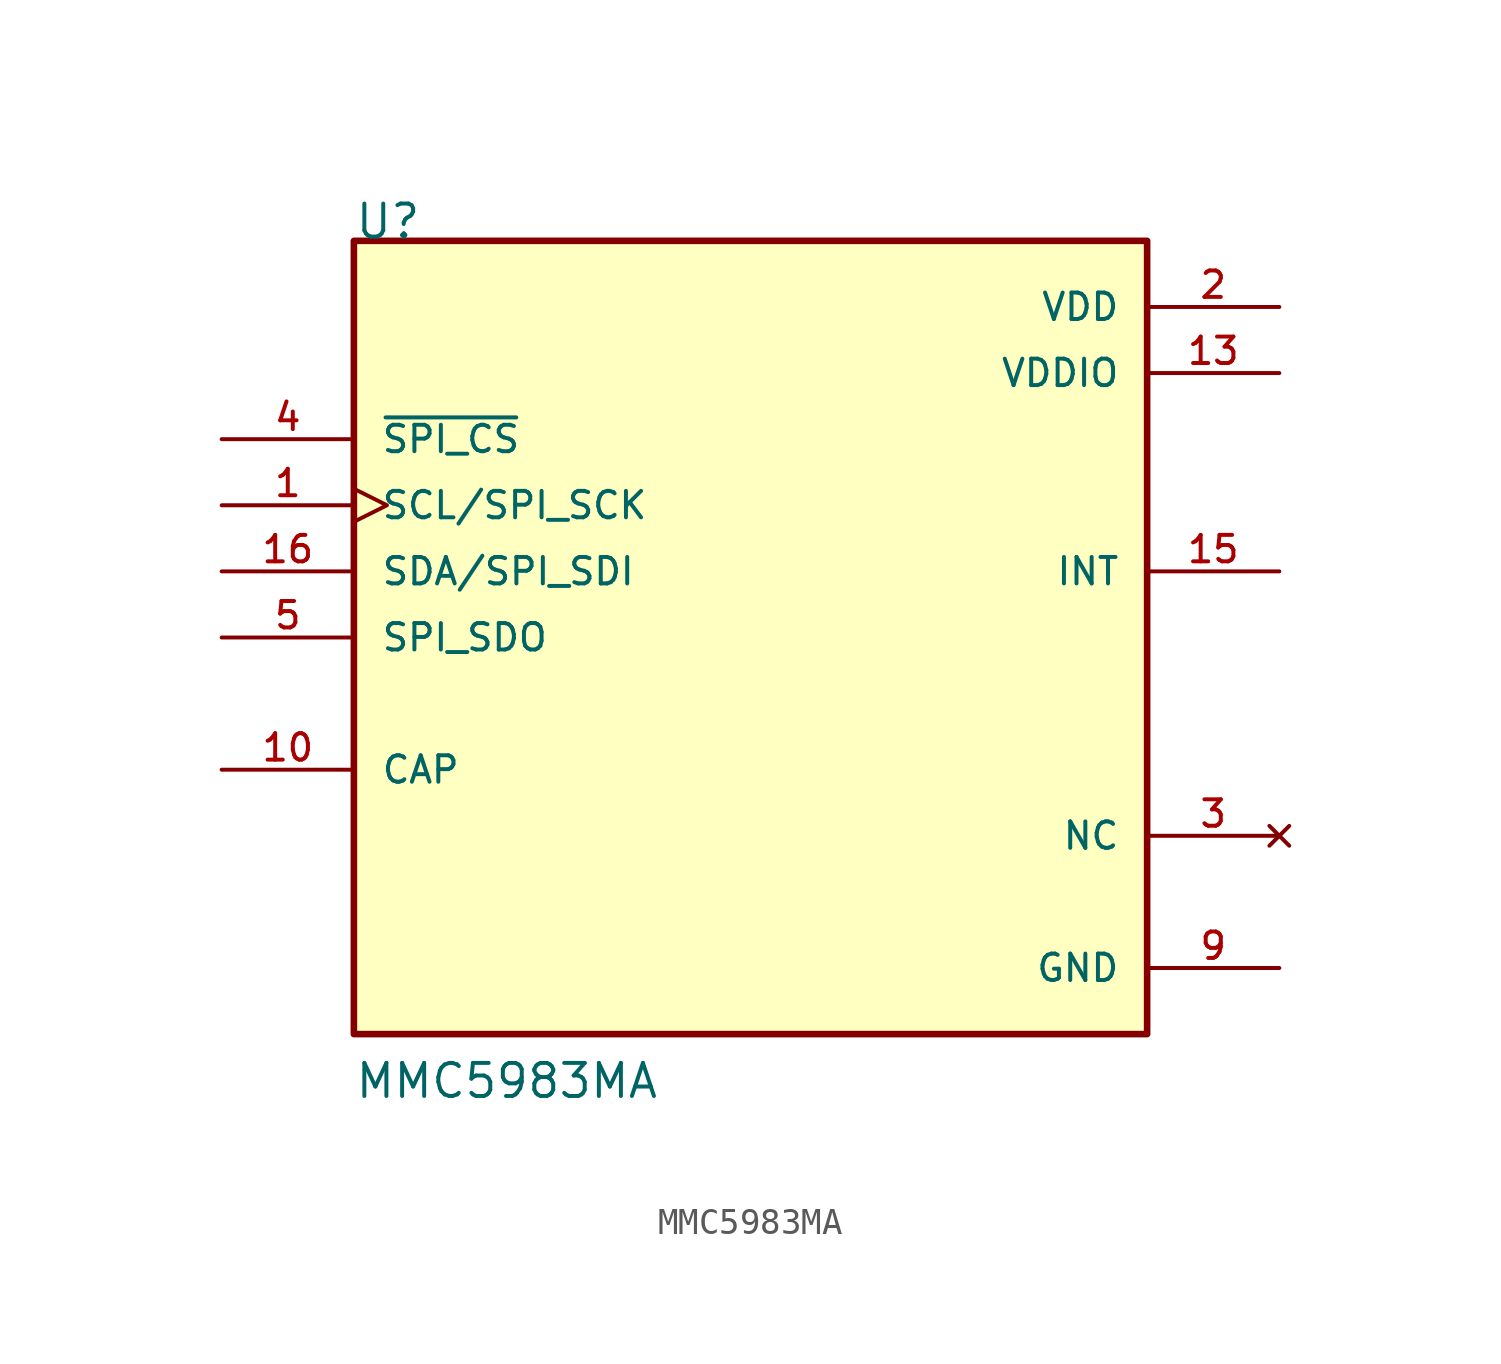
<source format=kicad_sym>
(kicad_symbol_lib
  (version 20241209)
  (generator "kicad_symbol_editor")
  (generator_version "9.0")
  (symbol "MMC5983MA"
    (pin_names
      (offset 1.016))
    (property "Reference" "U"
      (at -15.24 15.24 0)
      (effects (font (size 1.27 1.27)) (justify left bottom)))
    (property "Value" "MMC5983MA"
      (at -15.24 -17.78 0)
      (effects (font (size 1.27 1.27)) (justify left bottom)))
    (symbol "MMC5983MA_0_0"
      (rectangle (start -15.24 -15.24) (end 15.24 15.24) (stroke (width 0.254) (type default)) (fill (type background)))
      (pin input line (at -20.32 7.62 0) (length 5.08) (name "~{SPI_CS}" (effects (font (size 1.016 1.016)))) (number "4" (effects (font (size 1.016 1.016)))))
      (pin input clock (at -20.32 5.08 0) (length 5.08) (name "SCL/SPI_SCK" (effects (font (size 1.016 1.016)))) (number "1" (effects (font (size 1.016 1.016)))))
      (pin bidirectional line (at -20.32 2.54 0) (length 5.08) (name "SDA/SPI_SDI" (effects (font (size 1.016 1.016)))) (number "16" (effects (font (size 1.016 1.016)))))
      (pin output line (at -20.32 0 0) (length 5.08) (name "SPI_SDO" (effects (font (size 1.016 1.016)))) (number "5" (effects (font (size 1.016 1.016)))))
      (pin passive line (at -20.32 -5.08 0) (length 5.08) (name "CAP" (effects (font (size 1.016 1.016)))) (number "10" (effects (font (size 1.016 1.016)))))
      (pin power_in line (at 20.32 12.7 180) (length 5.08) (name "VDD" (effects (font (size 1.016 1.016)))) (number "2" (effects (font (size 1.016 1.016)))))
      (pin power_in line (at 20.32 10.16 180) (length 5.08) (name "VDDIO" (effects (font (size 1.016 1.016)))) (number "13" (effects (font (size 1.016 1.016)))))
      (pin output line (at 20.32 2.54 180) (length 5.08) (name "INT" (effects (font (size 1.016 1.016)))) (number "15" (effects (font (size 1.016 1.016)))))
      (pin no_connect line (at 20.32 -7.62 180) (length 5.08) (hide yes) (name "NC" (effects (font (size 1.016 1.016)))) (number "12" (effects (font (size 1.016 1.016)))))
      (pin no_connect line (at 20.32 -7.62 180) (length 5.08) (hide yes) (name "NC" (effects (font (size 1.016 1.016)))) (number "14" (effects (font (size 1.016 1.016)))))
      (pin no_connect line (at 20.32 -7.62 180) (length 5.08) (name "NC" (effects (font (size 1.016 1.016)))) (number "3" (effects (font (size 1.016 1.016)))))
      (pin no_connect line (at 20.32 -7.62 180) (length 5.08) (hide yes) (name "NC" (effects (font (size 1.016 1.016)))) (number "6" (effects (font (size 1.016 1.016)))))
      (pin no_connect line (at 20.32 -7.62 180) (length 5.08) (hide yes) (name "NC" (effects (font (size 1.016 1.016)))) (number "7" (effects (font (size 1.016 1.016)))))
      (pin no_connect line (at 20.32 -7.62 180) (length 5.08) (hide yes) (name "NC" (effects (font (size 1.016 1.016)))) (number "8" (effects (font (size 1.016 1.016)))))
      (pin power_in line (at 20.32 -12.7 180) (length 5.08) (hide yes) (name "GND" (effects (font (size 1.016 1.016)))) (number "11" (effects (font (size 1.016 1.016)))))
      (pin power_in line (at 20.32 -12.7 180) (length 5.08) (name "GND" (effects (font (size 1.016 1.016)))) (number "9" (effects (font (size 1.016 1.016))))))))
</source>
